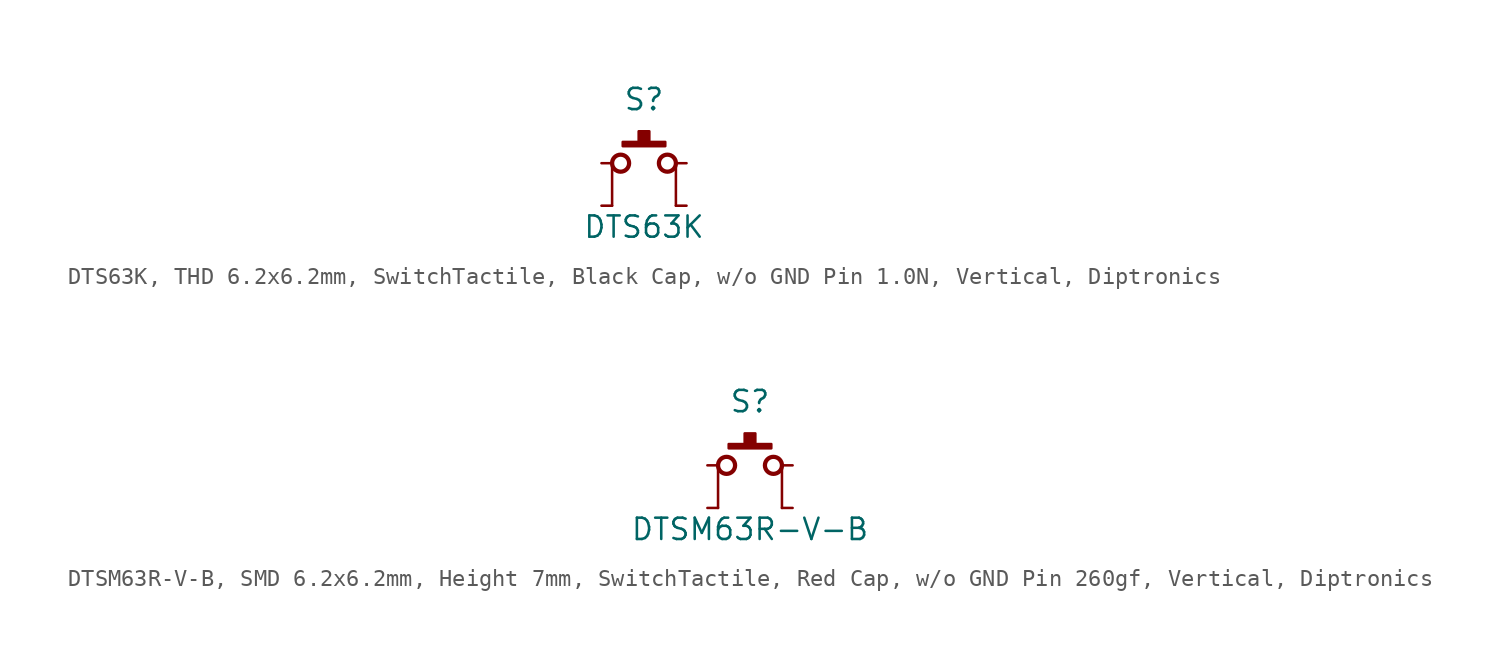
<source format=kicad_sym>
(kicad_symbol_lib
  (version 20241209)
  (generator "kicad_symbol_editor")
  (generator_version "9.0")
  (symbol "DTS63K, THD 6.2x6.2mm, SwitchTactile, Black Cap, w/o GND Pin 1.0N, Vertical, Diptronics"
    (pin_numbers
      (hide yes))
    (pin_names
      (offset 0)
      (hide yes))
    (property "Reference" "S"
      (at 0 3.81 0)
      (effects (font (size 1.27 1.27))))
    (property "Value" "DTS63K"
      (at 0 -3.81 0)
      (effects (font (size 1.27 1.27))))
    (property "Label" ""
      (at 0 0 0)
      (effects (font (size 1.27 1.27) (thickness 0.254) (bold yes))))
    (symbol "DTS63K, THD 6.2x6.2mm, SwitchTactile, Black Cap, w/o GND Pin 1.0N, Vertical, Diptronics_0_1"
      (polyline (pts (xy -1.905 -2.54) (xy -1.905 0)) (stroke (width 0.152) (type default)) (fill (type none)))
      (circle (center -1.397 0) (radius 0.508) (stroke (width 0.254) (type default)) (fill (type none)))
      (rectangle (start -1.27 1.27) (end 1.27 1.016) (stroke (width 0.152) (type default)) (fill (type outline)))
      (rectangle (start -0.318 1.905) (end 0.318 1.27) (stroke (width 0.152) (type default)) (fill (type outline)))
      (circle (center 1.397 0) (radius 0.508) (stroke (width 0.254) (type default)) (fill (type none)))
      (polyline (pts (xy 1.905 -2.54) (xy 1.905 0)) (stroke (width 0.152) (type default)) (fill (type none))))
    (symbol "DTS63K, THD 6.2x6.2mm, SwitchTactile, Black Cap, w/o GND Pin 1.0N, Vertical, Diptronics_1_1"
      (pin passive line (at -2.54 0 0) (length 0.635) (name "A" (effects (font (size 1.27 1.27)))) (number "1" (effects (font (size 1.27 1.27)))))
      (pin passive line (at -2.54 -2.54 0) (length 0.635) (name "A" (effects (font (size 1.27 1.27)))) (number "2" (effects (font (size 1.27 1.27)))))
      (pin passive line (at 2.54 0 180) (length 0.635) (name "B" (effects (font (size 1.27 1.27)))) (number "3" (effects (font (size 1.27 1.27)))))
      (pin passive line (at 2.54 -2.54 180) (length 0.635) (name "B" (effects (font (size 1.27 1.27)))) (number "4" (effects (font (size 1.27 1.27)))))))
  (symbol "DTSM63R-V-B, SMD 6.2x6.2mm, Height 7mm, SwitchTactile, Red Cap, w/o GND Pin 260gf, Vertical, Diptronics"
    (pin_numbers
      (hide yes))
    (pin_names
      (offset 0)
      (hide yes))
    (property "Reference" "S"
      (at 0 3.81 0)
      (effects (font (size 1.27 1.27))))
    (property "Value" "DTSM63R-V-B"
      (at 0 -3.81 0)
      (effects (font (size 1.27 1.27))))
    (property "Label" ""
      (at 0 0 0)
      (effects (font (size 1.27 1.27) (thickness 0.254) (bold yes))))
    (symbol "DTSM63R-V-B, SMD 6.2x6.2mm, Height 7mm, SwitchTactile, Red Cap, w/o GND Pin 260gf, Vertical, Diptronics_0_1"
      (polyline (pts (xy -1.905 -2.54) (xy -1.905 0)) (stroke (width 0.152) (type default)) (fill (type none)))
      (circle (center -1.397 0) (radius 0.508) (stroke (width 0.254) (type default)) (fill (type none)))
      (rectangle (start -1.27 1.27) (end 1.27 1.016) (stroke (width 0.152) (type default)) (fill (type outline)))
      (rectangle (start -0.318 1.905) (end 0.318 1.27) (stroke (width 0.152) (type default)) (fill (type outline)))
      (circle (center 1.397 0) (radius 0.508) (stroke (width 0.254) (type default)) (fill (type none)))
      (polyline (pts (xy 1.905 -2.54) (xy 1.905 0)) (stroke (width 0.152) (type default)) (fill (type none))))
    (symbol "DTSM63R-V-B, SMD 6.2x6.2mm, Height 7mm, SwitchTactile, Red Cap, w/o GND Pin 260gf, Vertical, Diptronics_1_1"
      (pin passive line (at -2.54 0 0) (length 0.635) (name "A" (effects (font (size 1.27 1.27)))) (number "1" (effects (font (size 1.27 1.27)))))
      (pin passive line (at -2.54 -2.54 0) (length 0.635) (name "A" (effects (font (size 1.27 1.27)))) (number "2" (effects (font (size 1.27 1.27)))))
      (pin passive line (at 2.54 0 180) (length 0.635) (name "B" (effects (font (size 1.27 1.27)))) (number "3" (effects (font (size 1.27 1.27)))))
      (pin passive line (at 2.54 -2.54 180) (length 0.635) (name "B" (effects (font (size 1.27 1.27)))) (number "4" (effects (font (size 1.27 1.27))))))))
</source>
